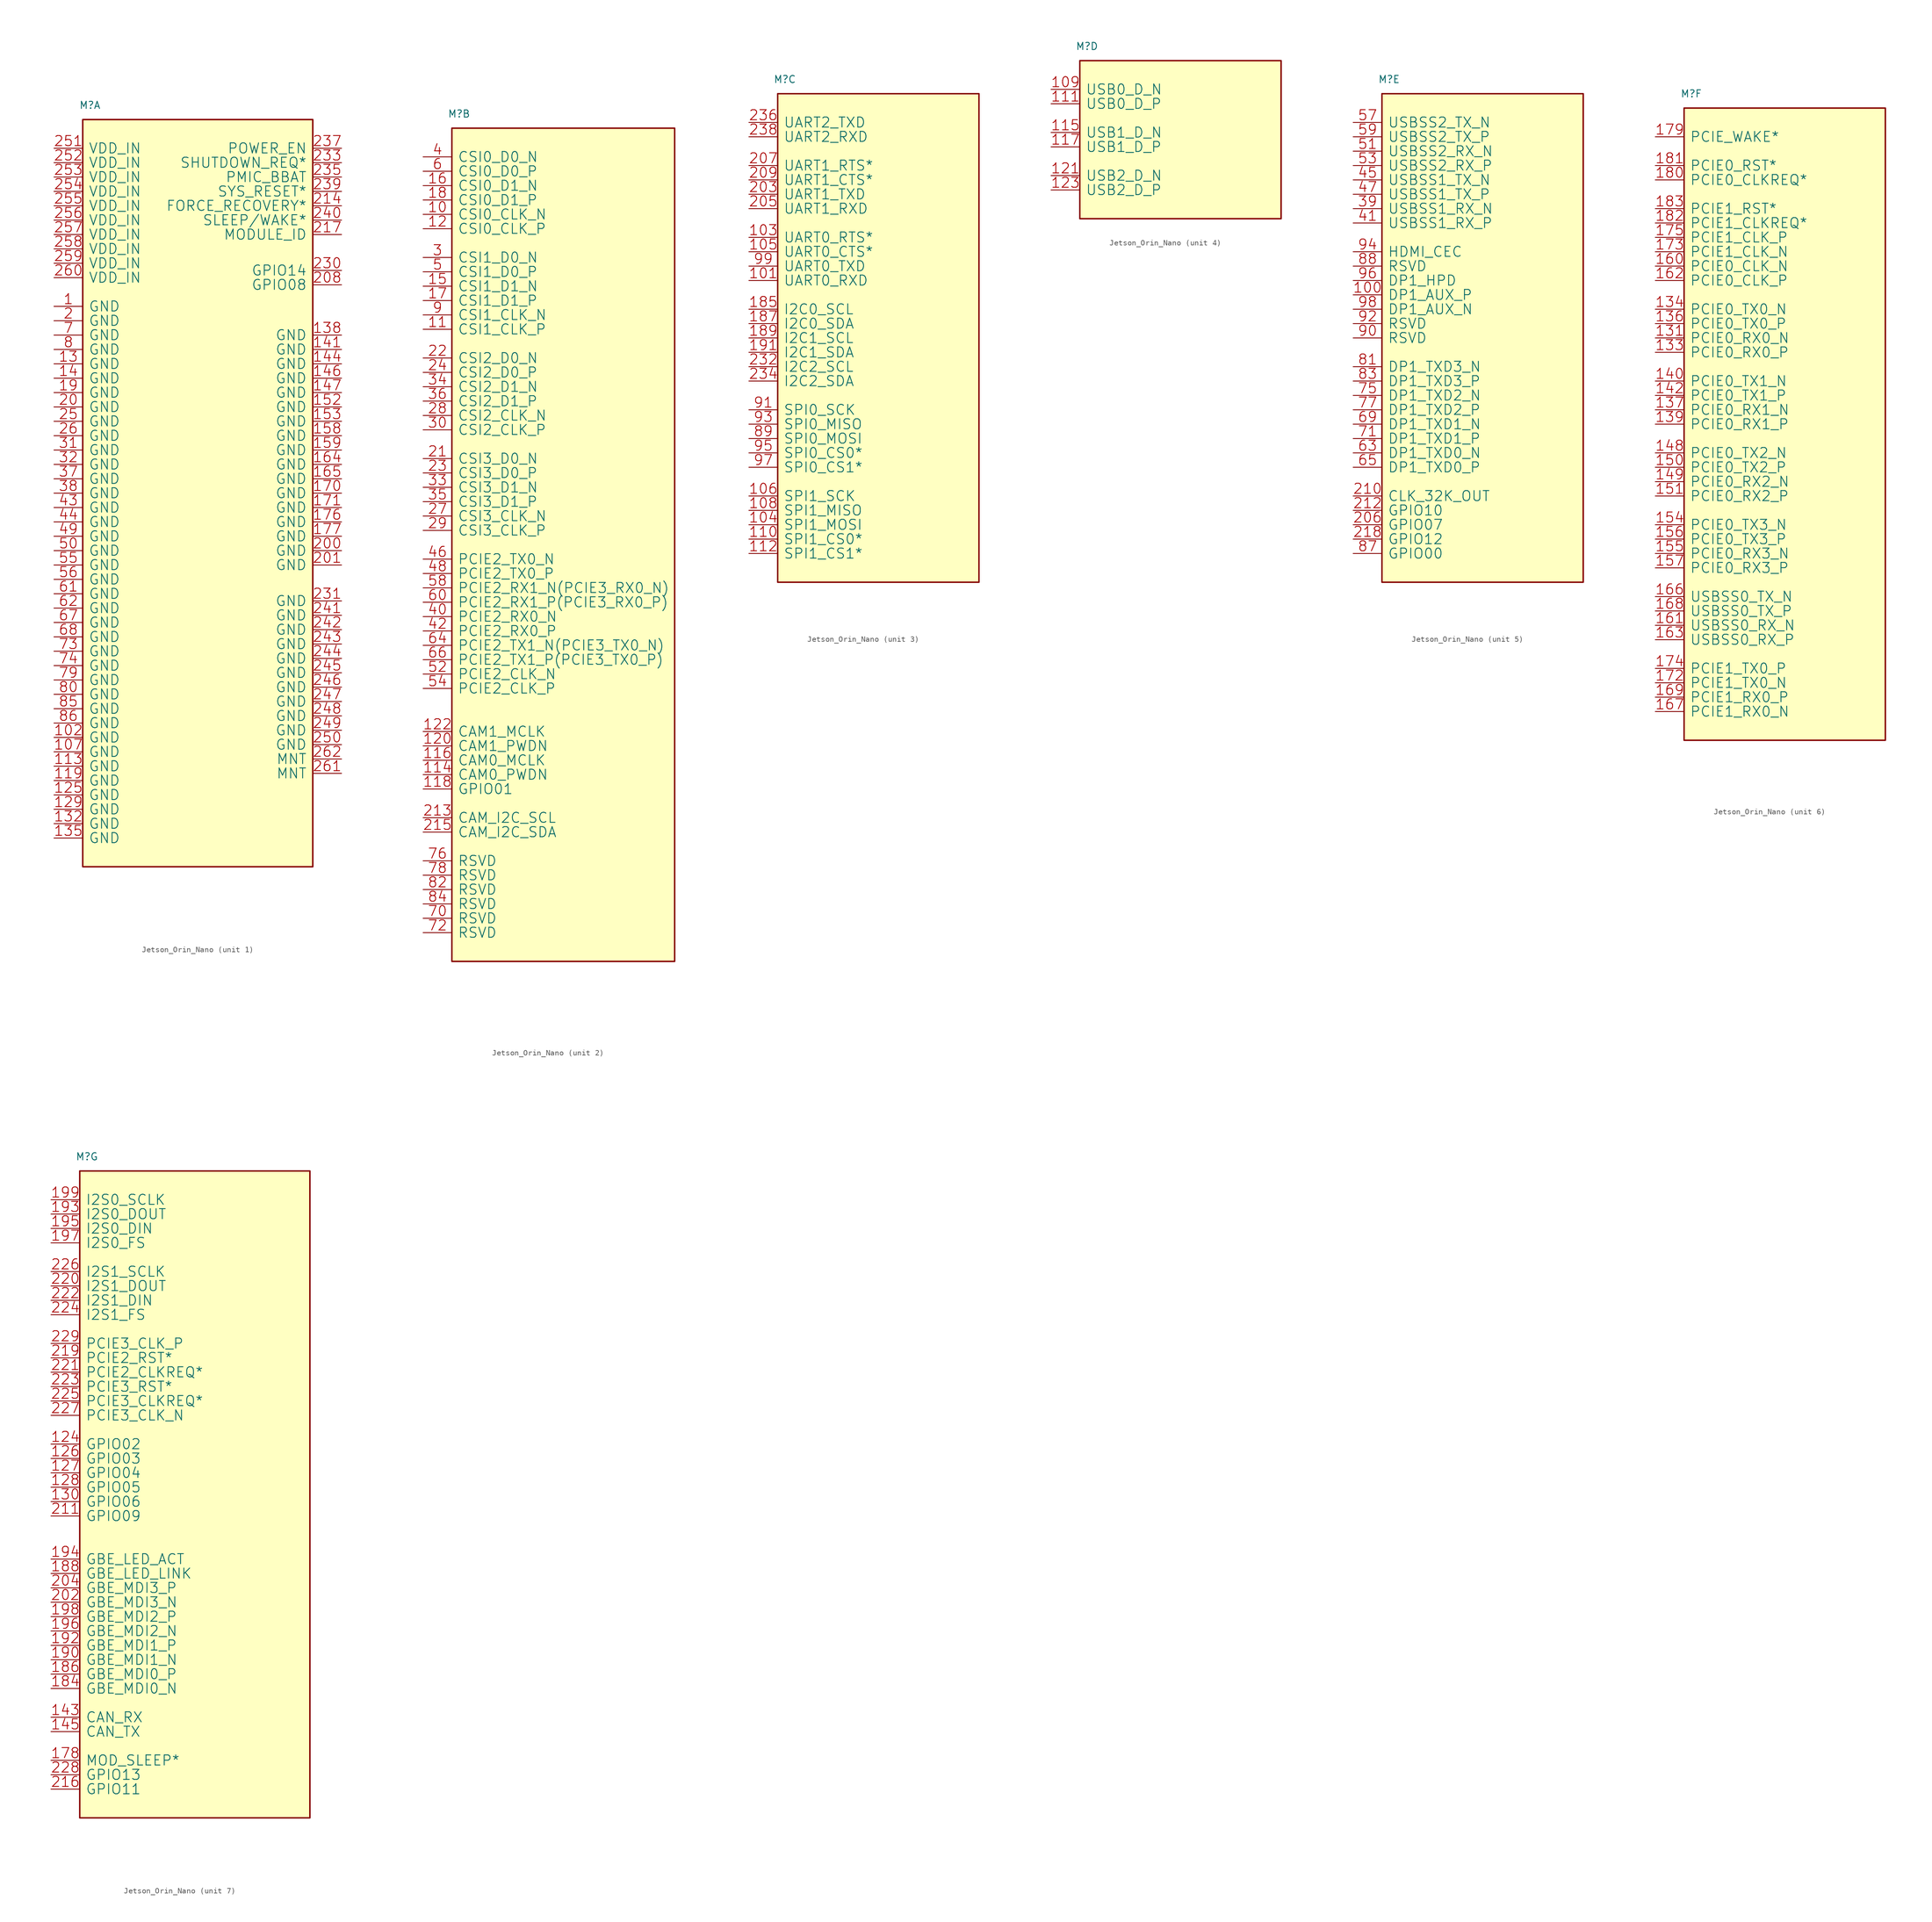
<source format=kicad_sym>
(kicad_symbol_lib
  (version 20220914)
  (generator kicad_symbol_editor)
  (symbol "Jetson_Orin_Nano"
    (pin_names
      (offset 1.016))
    (property "Reference" "M"
      (at 6.35 7.62 0)
      (effects (font (size 1.27 1.27))))
    (symbol "Jetson_Orin_Nano_1_1"
      (rectangle (start 5.08 -127) (end 45.72 5.08) (stroke (width 0.254) (type solid)) (fill (type background)))
      (pin passive line (at 0 -27.94 0) (length 5.08) (name "GND" (effects (font (size 1.778 1.778)))) (number "1" (effects (font (size 1.778 1.778)))))
      (pin passive line (at 0 -104.14 0) (length 5.08) (name "GND" (effects (font (size 1.778 1.778)))) (number "102" (effects (font (size 1.778 1.778)))))
      (pin passive line (at 0 -106.68 0) (length 5.08) (name "GND" (effects (font (size 1.778 1.778)))) (number "107" (effects (font (size 1.778 1.778)))))
      (pin passive line (at 0 -109.22 0) (length 5.08) (name "GND" (effects (font (size 1.778 1.778)))) (number "113" (effects (font (size 1.778 1.778)))))
      (pin passive line (at 0 -111.76 0) (length 5.08) (name "GND" (effects (font (size 1.778 1.778)))) (number "119" (effects (font (size 1.778 1.778)))))
      (pin passive line (at 0 -114.3 0) (length 5.08) (name "GND" (effects (font (size 1.778 1.778)))) (number "125" (effects (font (size 1.778 1.778)))))
      (pin passive line (at 0 -116.84 0) (length 5.08) (name "GND" (effects (font (size 1.778 1.778)))) (number "129" (effects (font (size 1.778 1.778)))))
      (pin passive line (at 0 -38.1 0) (length 5.08) (name "GND" (effects (font (size 1.778 1.778)))) (number "13" (effects (font (size 1.778 1.778)))))
      (pin passive line (at 0 -119.38 0) (length 5.08) (name "GND" (effects (font (size 1.778 1.778)))) (number "132" (effects (font (size 1.778 1.778)))))
      (pin passive line (at 0 -121.92 0) (length 5.08) (name "GND" (effects (font (size 1.778 1.778)))) (number "135" (effects (font (size 1.778 1.778)))))
      (pin passive line (at 50.8 -33.02 180) (length 5.08) (name "GND" (effects (font (size 1.778 1.778)))) (number "138" (effects (font (size 1.778 1.778)))))
      (pin passive line (at 0 -40.64 0) (length 5.08) (name "GND" (effects (font (size 1.778 1.778)))) (number "14" (effects (font (size 1.778 1.778)))))
      (pin passive line (at 50.8 -35.56 180) (length 5.08) (name "GND" (effects (font (size 1.778 1.778)))) (number "141" (effects (font (size 1.778 1.778)))))
      (pin passive line (at 50.8 -38.1 180) (length 5.08) (name "GND" (effects (font (size 1.778 1.778)))) (number "144" (effects (font (size 1.778 1.778)))))
      (pin passive line (at 50.8 -40.64 180) (length 5.08) (name "GND" (effects (font (size 1.778 1.778)))) (number "146" (effects (font (size 1.778 1.778)))))
      (pin passive line (at 50.8 -43.18 180) (length 5.08) (name "GND" (effects (font (size 1.778 1.778)))) (number "147" (effects (font (size 1.778 1.778)))))
      (pin passive line (at 50.8 -45.72 180) (length 5.08) (name "GND" (effects (font (size 1.778 1.778)))) (number "152" (effects (font (size 1.778 1.778)))))
      (pin passive line (at 50.8 -48.26 180) (length 5.08) (name "GND" (effects (font (size 1.778 1.778)))) (number "153" (effects (font (size 1.778 1.778)))))
      (pin passive line (at 50.8 -50.8 180) (length 5.08) (name "GND" (effects (font (size 1.778 1.778)))) (number "158" (effects (font (size 1.778 1.778)))))
      (pin passive line (at 50.8 -53.34 180) (length 5.08) (name "GND" (effects (font (size 1.778 1.778)))) (number "159" (effects (font (size 1.778 1.778)))))
      (pin passive line (at 50.8 -55.88 180) (length 5.08) (name "GND" (effects (font (size 1.778 1.778)))) (number "164" (effects (font (size 1.778 1.778)))))
      (pin passive line (at 50.8 -58.42 180) (length 5.08) (name "GND" (effects (font (size 1.778 1.778)))) (number "165" (effects (font (size 1.778 1.778)))))
      (pin passive line (at 50.8 -60.96 180) (length 5.08) (name "GND" (effects (font (size 1.778 1.778)))) (number "170" (effects (font (size 1.778 1.778)))))
      (pin passive line (at 50.8 -63.5 180) (length 5.08) (name "GND" (effects (font (size 1.778 1.778)))) (number "171" (effects (font (size 1.778 1.778)))))
      (pin passive line (at 50.8 -66.04 180) (length 5.08) (name "GND" (effects (font (size 1.778 1.778)))) (number "176" (effects (font (size 1.778 1.778)))))
      (pin passive line (at 50.8 -68.58 180) (length 5.08) (name "GND" (effects (font (size 1.778 1.778)))) (number "177" (effects (font (size 1.778 1.778)))))
      (pin passive line (at 0 -43.18 0) (length 5.08) (name "GND" (effects (font (size 1.778 1.778)))) (number "19" (effects (font (size 1.778 1.778)))))
      (pin passive line (at 0 -30.48 0) (length 5.08) (name "GND" (effects (font (size 1.778 1.778)))) (number "2" (effects (font (size 1.778 1.778)))))
      (pin passive line (at 0 -45.72 0) (length 5.08) (name "GND" (effects (font (size 1.778 1.778)))) (number "20" (effects (font (size 1.778 1.778)))))
      (pin passive line (at 50.8 -71.12 180) (length 5.08) (name "GND" (effects (font (size 1.778 1.778)))) (number "200" (effects (font (size 1.778 1.778)))))
      (pin passive line (at 50.8 -73.66 180) (length 5.08) (name "GND" (effects (font (size 1.778 1.778)))) (number "201" (effects (font (size 1.778 1.778)))))
      (pin passive line (at 50.8 -24.13 180) (length 5.08) (name "GPIO08" (effects (font (size 1.778 1.778)))) (number "208" (effects (font (size 1.778 1.778)))))
      (pin passive line (at 50.8 -10.16 180) (length 5.08) (name "FORCE_RECOVERY*" (effects (font (size 1.778 1.778)))) (number "214" (effects (font (size 1.778 1.778)))))
      (pin passive line (at 50.8 -15.24 180) (length 5.08) (name "MODULE_ID" (effects (font (size 1.778 1.778)))) (number "217" (effects (font (size 1.778 1.778)))))
      (pin passive line (at 50.8 -21.59 180) (length 5.08) (name "GPIO14" (effects (font (size 1.778 1.778)))) (number "230" (effects (font (size 1.778 1.778)))))
      (pin passive line (at 50.8 -80.01 180) (length 5.08) (name "GND" (effects (font (size 1.778 1.778)))) (number "231" (effects (font (size 1.778 1.778)))))
      (pin passive line (at 50.8 -2.54 180) (length 5.08) (name "SHUTDOWN_REQ*" (effects (font (size 1.778 1.778)))) (number "233" (effects (font (size 1.778 1.778)))))
      (pin passive line (at 50.8 -5.08 180) (length 5.08) (name "PMIC_BBAT" (effects (font (size 1.778 1.778)))) (number "235" (effects (font (size 1.778 1.778)))))
      (pin passive line (at 50.8 0 180) (length 5.08) (name "POWER_EN" (effects (font (size 1.778 1.778)))) (number "237" (effects (font (size 1.778 1.778)))))
      (pin passive line (at 50.8 -7.62 180) (length 5.08) (name "SYS_RESET*" (effects (font (size 1.778 1.778)))) (number "239" (effects (font (size 1.778 1.778)))))
      (pin passive line (at 50.8 -12.7 180) (length 5.08) (name "SLEEP/WAKE*" (effects (font (size 1.778 1.778)))) (number "240" (effects (font (size 1.778 1.778)))))
      (pin passive line (at 50.8 -82.55 180) (length 5.08) (name "GND" (effects (font (size 1.778 1.778)))) (number "241" (effects (font (size 1.778 1.778)))))
      (pin passive line (at 50.8 -85.09 180) (length 5.08) (name "GND" (effects (font (size 1.778 1.778)))) (number "242" (effects (font (size 1.778 1.778)))))
      (pin passive line (at 50.8 -87.63 180) (length 5.08) (name "GND" (effects (font (size 1.778 1.778)))) (number "243" (effects (font (size 1.778 1.778)))))
      (pin passive line (at 50.8 -90.17 180) (length 5.08) (name "GND" (effects (font (size 1.778 1.778)))) (number "244" (effects (font (size 1.778 1.778)))))
      (pin passive line (at 50.8 -92.71 180) (length 5.08) (name "GND" (effects (font (size 1.778 1.778)))) (number "245" (effects (font (size 1.778 1.778)))))
      (pin passive line (at 50.8 -95.25 180) (length 5.08) (name "GND" (effects (font (size 1.778 1.778)))) (number "246" (effects (font (size 1.778 1.778)))))
      (pin passive line (at 50.8 -97.79 180) (length 5.08) (name "GND" (effects (font (size 1.778 1.778)))) (number "247" (effects (font (size 1.778 1.778)))))
      (pin passive line (at 50.8 -100.33 180) (length 5.08) (name "GND" (effects (font (size 1.778 1.778)))) (number "248" (effects (font (size 1.778 1.778)))))
      (pin passive line (at 50.8 -102.87 180) (length 5.08) (name "GND" (effects (font (size 1.778 1.778)))) (number "249" (effects (font (size 1.778 1.778)))))
      (pin passive line (at 0 -48.26 0) (length 5.08) (name "GND" (effects (font (size 1.778 1.778)))) (number "25" (effects (font (size 1.778 1.778)))))
      (pin passive line (at 50.8 -105.41 180) (length 5.08) (name "GND" (effects (font (size 1.778 1.778)))) (number "250" (effects (font (size 1.778 1.778)))))
      (pin passive line (at 0 0 0) (length 5.08) (name "VDD_IN" (effects (font (size 1.778 1.778)))) (number "251" (effects (font (size 1.778 1.778)))))
      (pin passive line (at 0 -2.54 0) (length 5.08) (name "VDD_IN" (effects (font (size 1.778 1.778)))) (number "252" (effects (font (size 1.778 1.778)))))
      (pin passive line (at 0 -5.08 0) (length 5.08) (name "VDD_IN" (effects (font (size 1.778 1.778)))) (number "253" (effects (font (size 1.778 1.778)))))
      (pin passive line (at 0 -7.62 0) (length 5.08) (name "VDD_IN" (effects (font (size 1.778 1.778)))) (number "254" (effects (font (size 1.778 1.778)))))
      (pin passive line (at 0 -10.16 0) (length 5.08) (name "VDD_IN" (effects (font (size 1.778 1.778)))) (number "255" (effects (font (size 1.778 1.778)))))
      (pin passive line (at 0 -12.7 0) (length 5.08) (name "VDD_IN" (effects (font (size 1.778 1.778)))) (number "256" (effects (font (size 1.778 1.778)))))
      (pin passive line (at 0 -15.24 0) (length 5.08) (name "VDD_IN" (effects (font (size 1.778 1.778)))) (number "257" (effects (font (size 1.778 1.778)))))
      (pin passive line (at 0 -17.78 0) (length 5.08) (name "VDD_IN" (effects (font (size 1.778 1.778)))) (number "258" (effects (font (size 1.778 1.778)))))
      (pin passive line (at 0 -20.32 0) (length 5.08) (name "VDD_IN" (effects (font (size 1.778 1.778)))) (number "259" (effects (font (size 1.778 1.778)))))
      (pin passive line (at 0 -50.8 0) (length 5.08) (name "GND" (effects (font (size 1.778 1.778)))) (number "26" (effects (font (size 1.778 1.778)))))
      (pin passive line (at 0 -22.86 0) (length 5.08) (name "VDD_IN" (effects (font (size 1.778 1.778)))) (number "260" (effects (font (size 1.778 1.778)))))
      (pin passive line (at 50.8 -110.49 180) (length 5.08) (name "MNT" (effects (font (size 1.778 1.778)))) (number "261" (effects (font (size 1.778 1.778)))))
      (pin passive line (at 50.8 -107.95 180) (length 5.08) (name "MNT" (effects (font (size 1.778 1.778)))) (number "262" (effects (font (size 1.778 1.778)))))
      (pin passive line (at 0 -53.34 0) (length 5.08) (name "GND" (effects (font (size 1.778 1.778)))) (number "31" (effects (font (size 1.778 1.778)))))
      (pin passive line (at 0 -55.88 0) (length 5.08) (name "GND" (effects (font (size 1.778 1.778)))) (number "32" (effects (font (size 1.778 1.778)))))
      (pin passive line (at 0 -58.42 0) (length 5.08) (name "GND" (effects (font (size 1.778 1.778)))) (number "37" (effects (font (size 1.778 1.778)))))
      (pin passive line (at 0 -60.96 0) (length 5.08) (name "GND" (effects (font (size 1.778 1.778)))) (number "38" (effects (font (size 1.778 1.778)))))
      (pin passive line (at 0 -63.5 0) (length 5.08) (name "GND" (effects (font (size 1.778 1.778)))) (number "43" (effects (font (size 1.778 1.778)))))
      (pin passive line (at 0 -66.04 0) (length 5.08) (name "GND" (effects (font (size 1.778 1.778)))) (number "44" (effects (font (size 1.778 1.778)))))
      (pin passive line (at 0 -68.58 0) (length 5.08) (name "GND" (effects (font (size 1.778 1.778)))) (number "49" (effects (font (size 1.778 1.778)))))
      (pin passive line (at 0 -71.12 0) (length 5.08) (name "GND" (effects (font (size 1.778 1.778)))) (number "50" (effects (font (size 1.778 1.778)))))
      (pin passive line (at 0 -73.66 0) (length 5.08) (name "GND" (effects (font (size 1.778 1.778)))) (number "55" (effects (font (size 1.778 1.778)))))
      (pin passive line (at 0 -76.2 0) (length 5.08) (name "GND" (effects (font (size 1.778 1.778)))) (number "56" (effects (font (size 1.778 1.778)))))
      (pin passive line (at 0 -78.74 0) (length 5.08) (name "GND" (effects (font (size 1.778 1.778)))) (number "61" (effects (font (size 1.778 1.778)))))
      (pin passive line (at 0 -81.28 0) (length 5.08) (name "GND" (effects (font (size 1.778 1.778)))) (number "62" (effects (font (size 1.778 1.778)))))
      (pin passive line (at 0 -83.82 0) (length 5.08) (name "GND" (effects (font (size 1.778 1.778)))) (number "67" (effects (font (size 1.778 1.778)))))
      (pin passive line (at 0 -86.36 0) (length 5.08) (name "GND" (effects (font (size 1.778 1.778)))) (number "68" (effects (font (size 1.778 1.778)))))
      (pin passive line (at 0 -33.02 0) (length 5.08) (name "GND" (effects (font (size 1.778 1.778)))) (number "7" (effects (font (size 1.778 1.778)))))
      (pin passive line (at 0 -88.9 0) (length 5.08) (name "GND" (effects (font (size 1.778 1.778)))) (number "73" (effects (font (size 1.778 1.778)))))
      (pin passive line (at 0 -91.44 0) (length 5.08) (name "GND" (effects (font (size 1.778 1.778)))) (number "74" (effects (font (size 1.778 1.778)))))
      (pin passive line (at 0 -93.98 0) (length 5.08) (name "GND" (effects (font (size 1.778 1.778)))) (number "79" (effects (font (size 1.778 1.778)))))
      (pin passive line (at 0 -35.56 0) (length 5.08) (name "GND" (effects (font (size 1.778 1.778)))) (number "8" (effects (font (size 1.778 1.778)))))
      (pin passive line (at 0 -96.52 0) (length 5.08) (name "GND" (effects (font (size 1.778 1.778)))) (number "80" (effects (font (size 1.778 1.778)))))
      (pin passive line (at 0 -99.06 0) (length 5.08) (name "GND" (effects (font (size 1.778 1.778)))) (number "85" (effects (font (size 1.778 1.778)))))
      (pin passive line (at 0 -101.6 0) (length 5.08) (name "GND" (effects (font (size 1.778 1.778)))) (number "86" (effects (font (size 1.778 1.778))))))
    (symbol "Jetson_Orin_Nano_2_1"
      (rectangle (start 5.08 5.08) (end 44.45 -142.24) (stroke (width 0.254) (type solid)) (fill (type background)))
      (pin passive line (at 0 -10.16 0) (length 5.08) (name "CSI0_CLK_N" (effects (font (size 1.778 1.778)))) (number "10" (effects (font (size 1.778 1.778)))))
      (pin passive line (at 0 -30.48 0) (length 5.08) (name "CSI1_CLK_P" (effects (font (size 1.778 1.778)))) (number "11" (effects (font (size 1.778 1.778)))))
      (pin passive line (at 0 -109.22 0) (length 5.08) (name "CAM0_PWDN" (effects (font (size 1.778 1.778)))) (number "114" (effects (font (size 1.778 1.778)))))
      (pin passive line (at 0 -106.68 0) (length 5.08) (name "CAM0_MCLK" (effects (font (size 1.778 1.778)))) (number "116" (effects (font (size 1.778 1.778)))))
      (pin passive line (at 0 -111.76 0) (length 5.08) (name "GPIO01" (effects (font (size 1.778 1.778)))) (number "118" (effects (font (size 1.778 1.778)))))
      (pin passive line (at 0 -12.7 0) (length 5.08) (name "CSI0_CLK_P" (effects (font (size 1.778 1.778)))) (number "12" (effects (font (size 1.778 1.778)))))
      (pin passive line (at 0 -104.14 0) (length 5.08) (name "CAM1_PWDN" (effects (font (size 1.778 1.778)))) (number "120" (effects (font (size 1.778 1.778)))))
      (pin passive line (at 0 -101.6 0) (length 5.08) (name "CAM1_MCLK" (effects (font (size 1.778 1.778)))) (number "122" (effects (font (size 1.778 1.778)))))
      (pin passive line (at 0 -22.86 0) (length 5.08) (name "CSI1_D1_N" (effects (font (size 1.778 1.778)))) (number "15" (effects (font (size 1.778 1.778)))))
      (pin passive line (at 0 -5.08 0) (length 5.08) (name "CSI0_D1_N" (effects (font (size 1.778 1.778)))) (number "16" (effects (font (size 1.778 1.778)))))
      (pin passive line (at 0 -25.4 0) (length 5.08) (name "CSI1_D1_P" (effects (font (size 1.778 1.778)))) (number "17" (effects (font (size 1.778 1.778)))))
      (pin passive line (at 0 -7.62 0) (length 5.08) (name "CSI0_D1_P" (effects (font (size 1.778 1.778)))) (number "18" (effects (font (size 1.778 1.778)))))
      (pin passive line (at 0 -53.34 0) (length 5.08) (name "CSI3_D0_N" (effects (font (size 1.778 1.778)))) (number "21" (effects (font (size 1.778 1.778)))))
      (pin passive line (at 0 -116.84 0) (length 5.08) (name "CAM_I2C_SCL" (effects (font (size 1.778 1.778)))) (number "213" (effects (font (size 1.778 1.778)))))
      (pin passive line (at 0 -119.38 0) (length 5.08) (name "CAM_I2C_SDA" (effects (font (size 1.778 1.778)))) (number "215" (effects (font (size 1.778 1.778)))))
      (pin passive line (at 0 -35.56 0) (length 5.08) (name "CSI2_D0_N" (effects (font (size 1.778 1.778)))) (number "22" (effects (font (size 1.778 1.778)))))
      (pin passive line (at 0 -55.88 0) (length 5.08) (name "CSI3_D0_P" (effects (font (size 1.778 1.778)))) (number "23" (effects (font (size 1.778 1.778)))))
      (pin passive line (at 0 -38.1 0) (length 5.08) (name "CSI2_D0_P" (effects (font (size 1.778 1.778)))) (number "24" (effects (font (size 1.778 1.778)))))
      (pin passive line (at 0 -63.5 0) (length 5.08) (name "CSI3_CLK_N" (effects (font (size 1.778 1.778)))) (number "27" (effects (font (size 1.778 1.778)))))
      (pin passive line (at 0 -45.72 0) (length 5.08) (name "CSI2_CLK_N" (effects (font (size 1.778 1.778)))) (number "28" (effects (font (size 1.778 1.778)))))
      (pin passive line (at 0 -66.04 0) (length 5.08) (name "CSI3_CLK_P" (effects (font (size 1.778 1.778)))) (number "29" (effects (font (size 1.778 1.778)))))
      (pin passive line (at 0 -17.78 0) (length 5.08) (name "CSI1_D0_N" (effects (font (size 1.778 1.778)))) (number "3" (effects (font (size 1.778 1.778)))))
      (pin passive line (at 0 -48.26 0) (length 5.08) (name "CSI2_CLK_P" (effects (font (size 1.778 1.778)))) (number "30" (effects (font (size 1.778 1.778)))))
      (pin passive line (at 0 -58.42 0) (length 5.08) (name "CSI3_D1_N" (effects (font (size 1.778 1.778)))) (number "33" (effects (font (size 1.778 1.778)))))
      (pin passive line (at 0 -40.64 0) (length 5.08) (name "CSI2_D1_N" (effects (font (size 1.778 1.778)))) (number "34" (effects (font (size 1.778 1.778)))))
      (pin passive line (at 0 -60.96 0) (length 5.08) (name "CSI3_D1_P" (effects (font (size 1.778 1.778)))) (number "35" (effects (font (size 1.778 1.778)))))
      (pin passive line (at 0 -43.18 0) (length 5.08) (name "CSI2_D1_P" (effects (font (size 1.778 1.778)))) (number "36" (effects (font (size 1.778 1.778)))))
      (pin passive line (at 0 0 0) (length 5.08) (name "CSI0_D0_N" (effects (font (size 1.778 1.778)))) (number "4" (effects (font (size 1.778 1.778)))))
      (pin passive line (at 0 -81.28 0) (length 5.08) (name "PCIE2_RX0_N" (effects (font (size 1.778 1.778)))) (number "40" (effects (font (size 1.778 1.778)))))
      (pin passive line (at 0 -83.82 0) (length 5.08) (name "PCIE2_RX0_P" (effects (font (size 1.778 1.778)))) (number "42" (effects (font (size 1.778 1.778)))))
      (pin passive line (at 0 -71.12 0) (length 5.08) (name "PCIE2_TX0_N" (effects (font (size 1.778 1.778)))) (number "46" (effects (font (size 1.778 1.778)))))
      (pin passive line (at 0 -73.66 0) (length 5.08) (name "PCIE2_TX0_P" (effects (font (size 1.778 1.778)))) (number "48" (effects (font (size 1.778 1.778)))))
      (pin passive line (at 0 -20.32 0) (length 5.08) (name "CSI1_D0_P" (effects (font (size 1.778 1.778)))) (number "5" (effects (font (size 1.778 1.778)))))
      (pin passive line (at 0 -91.44 0) (length 5.08) (name "PCIE2_CLK_N" (effects (font (size 1.778 1.778)))) (number "52" (effects (font (size 1.778 1.778)))))
      (pin passive line (at 0 -93.98 0) (length 5.08) (name "PCIE2_CLK_P" (effects (font (size 1.778 1.778)))) (number "54" (effects (font (size 1.778 1.778)))))
      (pin passive line (at 0 -76.2 0) (length 5.08) (name "PCIE2_RX1_N(PCIE3_RX0_N)" (effects (font (size 1.778 1.778)))) (number "58" (effects (font (size 1.778 1.778)))))
      (pin passive line (at 0 -2.54 0) (length 5.08) (name "CSI0_D0_P" (effects (font (size 1.778 1.778)))) (number "6" (effects (font (size 1.778 1.778)))))
      (pin passive line (at 0 -78.74 0) (length 5.08) (name "PCIE2_RX1_P(PCIE3_RX0_P)" (effects (font (size 1.778 1.778)))) (number "60" (effects (font (size 1.778 1.778)))))
      (pin passive line (at 0 -86.36 0) (length 5.08) (name "PCIE2_TX1_N(PCIE3_TX0_N)" (effects (font (size 1.778 1.778)))) (number "64" (effects (font (size 1.778 1.778)))))
      (pin passive line (at 0 -88.9 0) (length 5.08) (name "PCIE2_TX1_P(PCIE3_TX0_P)" (effects (font (size 1.778 1.778)))) (number "66" (effects (font (size 1.778 1.778)))))
      (pin passive line (at 0 -134.62 0) (length 5.08) (name "RSVD" (effects (font (size 1.778 1.778)))) (number "70" (effects (font (size 1.778 1.778)))))
      (pin passive line (at 0 -137.16 0) (length 5.08) (name "RSVD" (effects (font (size 1.778 1.778)))) (number "72" (effects (font (size 1.778 1.778)))))
      (pin passive line (at 0 -124.46 0) (length 5.08) (name "RSVD" (effects (font (size 1.778 1.778)))) (number "76" (effects (font (size 1.778 1.778)))))
      (pin passive line (at 0 -127 0) (length 5.08) (name "RSVD" (effects (font (size 1.778 1.778)))) (number "78" (effects (font (size 1.778 1.778)))))
      (pin passive line (at 0 -129.54 0) (length 5.08) (name "RSVD" (effects (font (size 1.778 1.778)))) (number "82" (effects (font (size 1.778 1.778)))))
      (pin passive line (at 0 -132.08 0) (length 5.08) (name "RSVD" (effects (font (size 1.778 1.778)))) (number "84" (effects (font (size 1.778 1.778)))))
      (pin passive line (at 0 -27.94 0) (length 5.08) (name "CSI1_CLK_N" (effects (font (size 1.778 1.778)))) (number "9" (effects (font (size 1.778 1.778))))))
    (symbol "Jetson_Orin_Nano_3_1"
      (rectangle (start 5.08 -81.28) (end 40.64 5.08) (stroke (width 0.254) (type solid)) (fill (type background)))
      (pin passive line (at 0 -27.94 0) (length 5.08) (name "UART0_RXD" (effects (font (size 1.778 1.778)))) (number "101" (effects (font (size 1.778 1.778)))))
      (pin passive line (at 0 -20.32 0) (length 5.08) (name "UART0_RTS*" (effects (font (size 1.778 1.778)))) (number "103" (effects (font (size 1.778 1.778)))))
      (pin passive line (at 0 -71.12 0) (length 5.08) (name "SPI1_MOSI" (effects (font (size 1.778 1.778)))) (number "104" (effects (font (size 1.778 1.778)))))
      (pin passive line (at 0 -22.86 0) (length 5.08) (name "UART0_CTS*" (effects (font (size 1.778 1.778)))) (number "105" (effects (font (size 1.778 1.778)))))
      (pin passive line (at 0 -66.04 0) (length 5.08) (name "SPI1_SCK" (effects (font (size 1.778 1.778)))) (number "106" (effects (font (size 1.778 1.778)))))
      (pin passive line (at 0 -68.58 0) (length 5.08) (name "SPI1_MISO" (effects (font (size 1.778 1.778)))) (number "108" (effects (font (size 1.778 1.778)))))
      (pin passive line (at 0 -73.66 0) (length 5.08) (name "SPI1_CS0*" (effects (font (size 1.778 1.778)))) (number "110" (effects (font (size 1.778 1.778)))))
      (pin passive line (at 0 -76.2 0) (length 5.08) (name "SPI1_CS1*" (effects (font (size 1.778 1.778)))) (number "112" (effects (font (size 1.778 1.778)))))
      (pin passive line (at 0 -33.02 0) (length 5.08) (name "I2C0_SCL" (effects (font (size 1.778 1.778)))) (number "185" (effects (font (size 1.778 1.778)))))
      (pin passive line (at 0 -35.56 0) (length 5.08) (name "I2C0_SDA" (effects (font (size 1.778 1.778)))) (number "187" (effects (font (size 1.778 1.778)))))
      (pin passive line (at 0 -38.1 0) (length 5.08) (name "I2C1_SCL" (effects (font (size 1.778 1.778)))) (number "189" (effects (font (size 1.778 1.778)))))
      (pin passive line (at 0 -40.64 0) (length 5.08) (name "I2C1_SDA" (effects (font (size 1.778 1.778)))) (number "191" (effects (font (size 1.778 1.778)))))
      (pin passive line (at 0 -12.7 0) (length 5.08) (name "UART1_TXD" (effects (font (size 1.778 1.778)))) (number "203" (effects (font (size 1.778 1.778)))))
      (pin passive line (at 0 -15.24 0) (length 5.08) (name "UART1_RXD" (effects (font (size 1.778 1.778)))) (number "205" (effects (font (size 1.778 1.778)))))
      (pin passive line (at 0 -7.62 0) (length 5.08) (name "UART1_RTS*" (effects (font (size 1.778 1.778)))) (number "207" (effects (font (size 1.778 1.778)))))
      (pin passive line (at 0 -10.16 0) (length 5.08) (name "UART1_CTS*" (effects (font (size 1.778 1.778)))) (number "209" (effects (font (size 1.778 1.778)))))
      (pin passive line (at 0 -43.18 0) (length 5.08) (name "I2C2_SCL" (effects (font (size 1.778 1.778)))) (number "232" (effects (font (size 1.778 1.778)))))
      (pin passive line (at 0 -45.72 0) (length 5.08) (name "I2C2_SDA" (effects (font (size 1.778 1.778)))) (number "234" (effects (font (size 1.778 1.778)))))
      (pin passive line (at 0 0 0) (length 5.08) (name "UART2_TXD" (effects (font (size 1.778 1.778)))) (number "236" (effects (font (size 1.778 1.778)))))
      (pin passive line (at 0 -2.54 0) (length 5.08) (name "UART2_RXD" (effects (font (size 1.778 1.778)))) (number "238" (effects (font (size 1.778 1.778)))))
      (pin passive line (at 0 -55.88 0) (length 5.08) (name "SPI0_MOSI" (effects (font (size 1.778 1.778)))) (number "89" (effects (font (size 1.778 1.778)))))
      (pin passive line (at 0 -50.8 0) (length 5.08) (name "SPI0_SCK" (effects (font (size 1.778 1.778)))) (number "91" (effects (font (size 1.778 1.778)))))
      (pin passive line (at 0 -53.34 0) (length 5.08) (name "SPI0_MISO" (effects (font (size 1.778 1.778)))) (number "93" (effects (font (size 1.778 1.778)))))
      (pin passive line (at 0 -58.42 0) (length 5.08) (name "SPI0_CS0*" (effects (font (size 1.778 1.778)))) (number "95" (effects (font (size 1.778 1.778)))))
      (pin passive line (at 0 -60.96 0) (length 5.08) (name "SPI0_CS1*" (effects (font (size 1.778 1.778)))) (number "97" (effects (font (size 1.778 1.778)))))
      (pin passive line (at 0 -25.4 0) (length 5.08) (name "UART0_TXD" (effects (font (size 1.778 1.778)))) (number "99" (effects (font (size 1.778 1.778))))))
    (symbol "Jetson_Orin_Nano_4_1"
      (rectangle (start 5.08 -22.86) (end 40.64 5.08) (stroke (width 0.254) (type solid)) (fill (type background)))
      (pin passive line (at 0 0 0) (length 5.08) (name "USB0_D_N" (effects (font (size 1.778 1.778)))) (number "109" (effects (font (size 1.778 1.778)))))
      (pin passive line (at 0 -2.54 0) (length 5.08) (name "USB0_D_P" (effects (font (size 1.778 1.778)))) (number "111" (effects (font (size 1.778 1.778)))))
      (pin passive line (at 0 -7.62 0) (length 5.08) (name "USB1_D_N" (effects (font (size 1.778 1.778)))) (number "115" (effects (font (size 1.778 1.778)))))
      (pin passive line (at 0 -10.16 0) (length 5.08) (name "USB1_D_P" (effects (font (size 1.778 1.778)))) (number "117" (effects (font (size 1.778 1.778)))))
      (pin passive line (at 0 -15.24 0) (length 5.08) (name "USB2_D_N" (effects (font (size 1.778 1.778)))) (number "121" (effects (font (size 1.778 1.778)))))
      (pin passive line (at 0 -17.78 0) (length 5.08) (name "USB2_D_P" (effects (font (size 1.778 1.778)))) (number "123" (effects (font (size 1.778 1.778))))))
    (symbol "Jetson_Orin_Nano_5_1"
      (rectangle (start 40.64 -81.28) (end 5.08 5.08) (stroke (width 0.254) (type solid)) (fill (type background)))
      (pin passive line (at 0 -30.48 0) (length 5.08) (name "DP1_AUX_P" (effects (font (size 1.778 1.778)))) (number "100" (effects (font (size 1.778 1.778)))))
      (pin passive line (at 0 -71.12 0) (length 5.08) (name "GPIO07" (effects (font (size 1.778 1.778)))) (number "206" (effects (font (size 1.778 1.778)))))
      (pin passive line (at 0 -66.04 0) (length 5.08) (name "CLK_32K_OUT" (effects (font (size 1.778 1.778)))) (number "210" (effects (font (size 1.778 1.778)))))
      (pin passive line (at 0 -68.58 0) (length 5.08) (name "GPIO10" (effects (font (size 1.778 1.778)))) (number "212" (effects (font (size 1.778 1.778)))))
      (pin passive line (at 0 -73.66 0) (length 5.08) (name "GPIO12" (effects (font (size 1.778 1.778)))) (number "218" (effects (font (size 1.778 1.778)))))
      (pin passive line (at 0 -15.24 0) (length 5.08) (name "USBSS1_RX_N" (effects (font (size 1.778 1.778)))) (number "39" (effects (font (size 1.778 1.778)))))
      (pin passive line (at 0 -17.78 0) (length 5.08) (name "USBSS1_RX_P" (effects (font (size 1.778 1.778)))) (number "41" (effects (font (size 1.778 1.778)))))
      (pin passive line (at 0 -10.16 0) (length 5.08) (name "USBSS1_TX_N" (effects (font (size 1.778 1.778)))) (number "45" (effects (font (size 1.778 1.778)))))
      (pin passive line (at 0 -12.7 0) (length 5.08) (name "USBSS1_TX_P" (effects (font (size 1.778 1.778)))) (number "47" (effects (font (size 1.778 1.778)))))
      (pin passive line (at 0 -5.08 0) (length 5.08) (name "USBSS2_RX_N" (effects (font (size 1.778 1.778)))) (number "51" (effects (font (size 1.778 1.778)))))
      (pin passive line (at 0 -7.62 0) (length 5.08) (name "USBSS2_RX_P" (effects (font (size 1.778 1.778)))) (number "53" (effects (font (size 1.778 1.778)))))
      (pin passive line (at 0 0 0) (length 5.08) (name "USBSS2_TX_N" (effects (font (size 1.778 1.778)))) (number "57" (effects (font (size 1.778 1.778)))))
      (pin passive line (at 0 -2.54 0) (length 5.08) (name "USBSS2_TX_P" (effects (font (size 1.778 1.778)))) (number "59" (effects (font (size 1.778 1.778)))))
      (pin passive line (at 0 -58.42 0) (length 5.08) (name "DP1_TXD0_N" (effects (font (size 1.778 1.778)))) (number "63" (effects (font (size 1.778 1.778)))))
      (pin passive line (at 0 -60.96 0) (length 5.08) (name "DP1_TXD0_P" (effects (font (size 1.778 1.778)))) (number "65" (effects (font (size 1.778 1.778)))))
      (pin passive line (at 0 -53.34 0) (length 5.08) (name "DP1_TXD1_N" (effects (font (size 1.778 1.778)))) (number "69" (effects (font (size 1.778 1.778)))))
      (pin passive line (at 0 -55.88 0) (length 5.08) (name "DP1_TXD1_P" (effects (font (size 1.778 1.778)))) (number "71" (effects (font (size 1.778 1.778)))))
      (pin passive line (at 0 -48.26 0) (length 5.08) (name "DP1_TXD2_N" (effects (font (size 1.778 1.778)))) (number "75" (effects (font (size 1.778 1.778)))))
      (pin passive line (at 0 -50.8 0) (length 5.08) (name "DP1_TXD2_P" (effects (font (size 1.778 1.778)))) (number "77" (effects (font (size 1.778 1.778)))))
      (pin passive line (at 0 -43.18 0) (length 5.08) (name "DP1_TXD3_N" (effects (font (size 1.778 1.778)))) (number "81" (effects (font (size 1.778 1.778)))))
      (pin passive line (at 0 -45.72 0) (length 5.08) (name "DP1_TXD3_P" (effects (font (size 1.778 1.778)))) (number "83" (effects (font (size 1.778 1.778)))))
      (pin passive line (at 0 -76.2 0) (length 5.08) (name "GPIO00" (effects (font (size 1.778 1.778)))) (number "87" (effects (font (size 1.778 1.778)))))
      (pin passive line (at 0 -25.4 0) (length 5.08) (name "RSVD" (effects (font (size 1.778 1.778)))) (number "88" (effects (font (size 1.778 1.778)))))
      (pin passive line (at 0 -38.1 0) (length 5.08) (name "RSVD" (effects (font (size 1.778 1.778)))) (number "90" (effects (font (size 1.778 1.778)))))
      (pin passive line (at 0 -35.56 0) (length 5.08) (name "RSVD" (effects (font (size 1.778 1.778)))) (number "92" (effects (font (size 1.778 1.778)))))
      (pin passive line (at 0 -22.86 0) (length 5.08) (name "HDMI_CEC" (effects (font (size 1.778 1.778)))) (number "94" (effects (font (size 1.778 1.778)))))
      (pin passive line (at 0 -27.94 0) (length 5.08) (name "DP1_HPD" (effects (font (size 1.778 1.778)))) (number "96" (effects (font (size 1.778 1.778)))))
      (pin passive line (at 0 -33.02 0) (length 5.08) (name "DP1_AUX_N" (effects (font (size 1.778 1.778)))) (number "98" (effects (font (size 1.778 1.778))))))
    (symbol "Jetson_Orin_Nano_6_1"
      (rectangle (start 5.08 -106.68) (end 40.64 5.08) (stroke (width 0.254) (type solid)) (fill (type background)))
      (pin passive line (at 0 -35.56 0) (length 5.08) (name "PCIE0_RX0_N" (effects (font (size 1.778 1.778)))) (number "131" (effects (font (size 1.778 1.778)))))
      (pin passive line (at 0 -38.1 0) (length 5.08) (name "PCIE0_RX0_P" (effects (font (size 1.778 1.778)))) (number "133" (effects (font (size 1.778 1.778)))))
      (pin passive line (at 0 -30.48 0) (length 5.08) (name "PCIE0_TX0_N" (effects (font (size 1.778 1.778)))) (number "134" (effects (font (size 1.778 1.778)))))
      (pin passive line (at 0 -33.02 0) (length 5.08) (name "PCIE0_TX0_P" (effects (font (size 1.778 1.778)))) (number "136" (effects (font (size 1.778 1.778)))))
      (pin passive line (at 0 -48.26 0) (length 5.08) (name "PCIE0_RX1_N" (effects (font (size 1.778 1.778)))) (number "137" (effects (font (size 1.778 1.778)))))
      (pin passive line (at 0 -50.8 0) (length 5.08) (name "PCIE0_RX1_P" (effects (font (size 1.778 1.778)))) (number "139" (effects (font (size 1.778 1.778)))))
      (pin passive line (at 0 -43.18 0) (length 5.08) (name "PCIE0_TX1_N" (effects (font (size 1.778 1.778)))) (number "140" (effects (font (size 1.778 1.778)))))
      (pin passive line (at 0 -45.72 0) (length 5.08) (name "PCIE0_TX1_P" (effects (font (size 1.778 1.778)))) (number "142" (effects (font (size 1.778 1.778)))))
      (pin passive line (at 0 -55.88 0) (length 5.08) (name "PCIE0_TX2_N" (effects (font (size 1.778 1.778)))) (number "148" (effects (font (size 1.778 1.778)))))
      (pin passive line (at 0 -60.96 0) (length 5.08) (name "PCIE0_RX2_N" (effects (font (size 1.778 1.778)))) (number "149" (effects (font (size 1.778 1.778)))))
      (pin passive line (at 0 -58.42 0) (length 5.08) (name "PCIE0_TX2_P" (effects (font (size 1.778 1.778)))) (number "150" (effects (font (size 1.778 1.778)))))
      (pin passive line (at 0 -63.5 0) (length 5.08) (name "PCIE0_RX2_P" (effects (font (size 1.778 1.778)))) (number "151" (effects (font (size 1.778 1.778)))))
      (pin passive line (at 0 -68.58 0) (length 5.08) (name "PCIE0_TX3_N" (effects (font (size 1.778 1.778)))) (number "154" (effects (font (size 1.778 1.778)))))
      (pin passive line (at 0 -73.66 0) (length 5.08) (name "PCIE0_RX3_N" (effects (font (size 1.778 1.778)))) (number "155" (effects (font (size 1.778 1.778)))))
      (pin passive line (at 0 -71.12 0) (length 5.08) (name "PCIE0_TX3_P" (effects (font (size 1.778 1.778)))) (number "156" (effects (font (size 1.778 1.778)))))
      (pin passive line (at 0 -76.2 0) (length 5.08) (name "PCIE0_RX3_P" (effects (font (size 1.778 1.778)))) (number "157" (effects (font (size 1.778 1.778)))))
      (pin passive line (at 0 -22.86 0) (length 5.08) (name "PCIE0_CLK_N" (effects (font (size 1.778 1.778)))) (number "160" (effects (font (size 1.778 1.778)))))
      (pin passive line (at 0 -86.36 0) (length 5.08) (name "USBSS0_RX_N" (effects (font (size 1.778 1.778)))) (number "161" (effects (font (size 1.778 1.778)))))
      (pin passive line (at 0 -25.4 0) (length 5.08) (name "PCIE0_CLK_P" (effects (font (size 1.778 1.778)))) (number "162" (effects (font (size 1.778 1.778)))))
      (pin passive line (at 0 -88.9 0) (length 5.08) (name "USBSS0_RX_P" (effects (font (size 1.778 1.778)))) (number "163" (effects (font (size 1.778 1.778)))))
      (pin passive line (at 0 -81.28 0) (length 5.08) (name "USBSS0_TX_N" (effects (font (size 1.778 1.778)))) (number "166" (effects (font (size 1.778 1.778)))))
      (pin passive line (at 0 -101.6 0) (length 5.08) (name "PCIE1_RX0_N" (effects (font (size 1.778 1.778)))) (number "167" (effects (font (size 1.778 1.778)))))
      (pin passive line (at 0 -83.82 0) (length 5.08) (name "USBSS0_TX_P" (effects (font (size 1.778 1.778)))) (number "168" (effects (font (size 1.778 1.778)))))
      (pin passive line (at 0 -99.06 0) (length 5.08) (name "PCIE1_RX0_P" (effects (font (size 1.778 1.778)))) (number "169" (effects (font (size 1.778 1.778)))))
      (pin passive line (at 0 -96.52 0) (length 5.08) (name "PCIE1_TX0_N" (effects (font (size 1.778 1.778)))) (number "172" (effects (font (size 1.778 1.778)))))
      (pin passive line (at 0 -20.32 0) (length 5.08) (name "PCIE1_CLK_N" (effects (font (size 1.778 1.778)))) (number "173" (effects (font (size 1.778 1.778)))))
      (pin passive line (at 0 -93.98 0) (length 5.08) (name "PCIE1_TX0_P" (effects (font (size 1.778 1.778)))) (number "174" (effects (font (size 1.778 1.778)))))
      (pin passive line (at 0 -17.78 0) (length 5.08) (name "PCIE1_CLK_P" (effects (font (size 1.778 1.778)))) (number "175" (effects (font (size 1.778 1.778)))))
      (pin passive line (at 0 0 0) (length 5.08) (name "PCIE_WAKE*" (effects (font (size 1.778 1.778)))) (number "179" (effects (font (size 1.778 1.778)))))
      (pin passive line (at 0 -7.62 0) (length 5.08) (name "PCIE0_CLKREQ*" (effects (font (size 1.778 1.778)))) (number "180" (effects (font (size 1.778 1.778)))))
      (pin passive line (at 0 -5.08 0) (length 5.08) (name "PCIE0_RST*" (effects (font (size 1.778 1.778)))) (number "181" (effects (font (size 1.778 1.778)))))
      (pin passive line (at 0 -15.24 0) (length 5.08) (name "PCIE1_CLKREQ*" (effects (font (size 1.778 1.778)))) (number "182" (effects (font (size 1.778 1.778)))))
      (pin passive line (at 0 -12.7 0) (length 5.08) (name "PCIE1_RST*" (effects (font (size 1.778 1.778)))) (number "183" (effects (font (size 1.778 1.778))))))
    (symbol "Jetson_Orin_Nano_7_1"
      (rectangle (start 5.08 -109.22) (end 45.72 5.08) (stroke (width 0.254) (type solid)) (fill (type background)))
      (pin passive line (at 0 -43.18 0) (length 5.08) (name "GPIO02" (effects (font (size 1.778 1.778)))) (number "124" (effects (font (size 1.778 1.778)))))
      (pin passive line (at 0 -45.72 0) (length 5.08) (name "GPIO03" (effects (font (size 1.778 1.778)))) (number "126" (effects (font (size 1.778 1.778)))))
      (pin passive line (at 0 -48.26 0) (length 5.08) (name "GPIO04" (effects (font (size 1.778 1.778)))) (number "127" (effects (font (size 1.778 1.778)))))
      (pin passive line (at 0 -50.8 0) (length 5.08) (name "GPIO05" (effects (font (size 1.778 1.778)))) (number "128" (effects (font (size 1.778 1.778)))))
      (pin passive line (at 0 -53.34 0) (length 5.08) (name "GPIO06" (effects (font (size 1.778 1.778)))) (number "130" (effects (font (size 1.778 1.778)))))
      (pin passive line (at 0 -91.44 0) (length 5.08) (name "CAN_RX" (effects (font (size 1.778 1.778)))) (number "143" (effects (font (size 1.778 1.778)))))
      (pin passive line (at 0 -93.98 0) (length 5.08) (name "CAN_TX" (effects (font (size 1.778 1.778)))) (number "145" (effects (font (size 1.778 1.778)))))
      (pin passive line (at 0 -99.06 0) (length 5.08) (name "MOD_SLEEP*" (effects (font (size 1.778 1.778)))) (number "178" (effects (font (size 1.778 1.778)))))
      (pin passive line (at 0 -86.36 0) (length 5.08) (name "GBE_MDI0_N" (effects (font (size 1.778 1.778)))) (number "184" (effects (font (size 1.778 1.778)))))
      (pin passive line (at 0 -83.82 0) (length 5.08) (name "GBE_MDI0_P" (effects (font (size 1.778 1.778)))) (number "186" (effects (font (size 1.778 1.778)))))
      (pin passive line (at 0 -66.04 0) (length 5.08) (name "GBE_LED_LINK" (effects (font (size 1.778 1.778)))) (number "188" (effects (font (size 1.778 1.778)))))
      (pin passive line (at 0 -81.28 0) (length 5.08) (name "GBE_MDI1_N" (effects (font (size 1.778 1.778)))) (number "190" (effects (font (size 1.778 1.778)))))
      (pin passive line (at 0 -78.74 0) (length 5.08) (name "GBE_MDI1_P" (effects (font (size 1.778 1.778)))) (number "192" (effects (font (size 1.778 1.778)))))
      (pin passive line (at 0 -2.54 0) (length 5.08) (name "I2S0_DOUT" (effects (font (size 1.778 1.778)))) (number "193" (effects (font (size 1.778 1.778)))))
      (pin passive line (at 0 -63.5 0) (length 5.08) (name "GBE_LED_ACT" (effects (font (size 1.778 1.778)))) (number "194" (effects (font (size 1.778 1.778)))))
      (pin passive line (at 0 -5.08 0) (length 5.08) (name "I2S0_DIN" (effects (font (size 1.778 1.778)))) (number "195" (effects (font (size 1.778 1.778)))))
      (pin passive line (at 0 -76.2 0) (length 5.08) (name "GBE_MDI2_N" (effects (font (size 1.778 1.778)))) (number "196" (effects (font (size 1.778 1.778)))))
      (pin passive line (at 0 -7.62 0) (length 5.08) (name "I2S0_FS" (effects (font (size 1.778 1.778)))) (number "197" (effects (font (size 1.778 1.778)))))
      (pin passive line (at 0 -73.66 0) (length 5.08) (name "GBE_MDI2_P" (effects (font (size 1.778 1.778)))) (number "198" (effects (font (size 1.778 1.778)))))
      (pin passive line (at 0 0 0) (length 5.08) (name "I2S0_SCLK" (effects (font (size 1.778 1.778)))) (number "199" (effects (font (size 1.778 1.778)))))
      (pin passive line (at 0 -71.12 0) (length 5.08) (name "GBE_MDI3_N" (effects (font (size 1.778 1.778)))) (number "202" (effects (font (size 1.778 1.778)))))
      (pin passive line (at 0 -68.58 0) (length 5.08) (name "GBE_MDI3_P" (effects (font (size 1.778 1.778)))) (number "204" (effects (font (size 1.778 1.778)))))
      (pin passive line (at 0 -55.88 0) (length 5.08) (name "GPIO09" (effects (font (size 1.778 1.778)))) (number "211" (effects (font (size 1.778 1.778)))))
      (pin passive line (at 0 -104.14 0) (length 5.08) (name "GPIO11" (effects (font (size 1.778 1.778)))) (number "216" (effects (font (size 1.778 1.778)))))
      (pin passive line (at 0 -27.94 0) (length 5.08) (name "PCIE2_RST*" (effects (font (size 1.778 1.778)))) (number "219" (effects (font (size 1.778 1.778)))))
      (pin passive line (at 0 -15.24 0) (length 5.08) (name "I2S1_DOUT" (effects (font (size 1.778 1.778)))) (number "220" (effects (font (size 1.778 1.778)))))
      (pin passive line (at 0 -30.48 0) (length 5.08) (name "PCIE2_CLKREQ*" (effects (font (size 1.778 1.778)))) (number "221" (effects (font (size 1.778 1.778)))))
      (pin passive line (at 0 -17.78 0) (length 5.08) (name "I2S1_DIN" (effects (font (size 1.778 1.778)))) (number "222" (effects (font (size 1.778 1.778)))))
      (pin passive line (at 0 -33.02 0) (length 5.08) (name "PCIE3_RST*" (effects (font (size 1.778 1.778)))) (number "223" (effects (font (size 1.778 1.778)))))
      (pin passive line (at 0 -20.32 0) (length 5.08) (name "I2S1_FS" (effects (font (size 1.778 1.778)))) (number "224" (effects (font (size 1.778 1.778)))))
      (pin passive line (at 0 -35.56 0) (length 5.08) (name "PCIE3_CLKREQ*" (effects (font (size 1.778 1.778)))) (number "225" (effects (font (size 1.778 1.778)))))
      (pin passive line (at 0 -12.7 0) (length 5.08) (name "I2S1_SCLK" (effects (font (size 1.778 1.778)))) (number "226" (effects (font (size 1.778 1.778)))))
      (pin passive line (at 0 -38.1 0) (length 5.08) (name "PCIE3_CLK_N" (effects (font (size 1.778 1.778)))) (number "227" (effects (font (size 1.778 1.778)))))
      (pin passive line (at 0 -101.6 0) (length 5.08) (name "GPIO13" (effects (font (size 1.778 1.778)))) (number "228" (effects (font (size 1.778 1.778)))))
      (pin passive line (at 0 -25.4 0) (length 5.08) (name "PCIE3_CLK_P" (effects (font (size 1.778 1.778)))) (number "229" (effects (font (size 1.778 1.778))))))))
</source>
